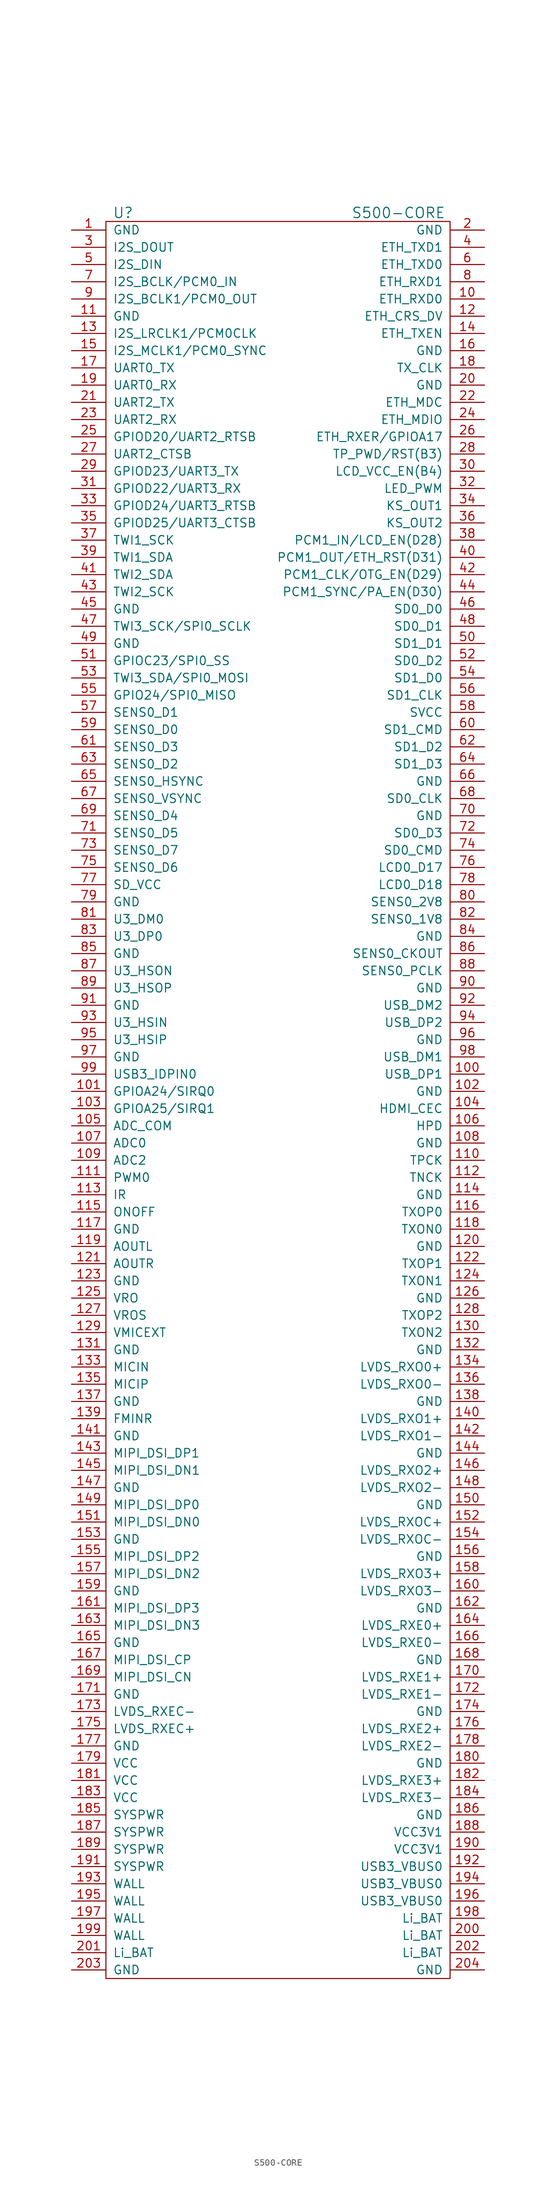
<source format=kicad_sym>
(kicad_symbol_lib
  (version 20220914)
  (generator kicad_symbol_editor)
  (symbol "S500-CORE"
    (pin_names
      (offset 1.016))
    (property "Reference" "U"
      (at -22.86 130.81 0)
      (effects (font (size 1.524 1.524))))
    (property "Value" "S500-CORE"
      (at 17.78 130.81 0)
      (effects (font (size 1.524 1.524))))
    (property "Footprint" ""
      (at -25.4 130.81 0)
      (effects (font (size 1.524 1.524))))
    (property "Datasheet" ""
      (at -25.4 130.81 0)
      (effects (font (size 1.524 1.524))))
    (symbol "S500-CORE_0_1"
      (rectangle (start -25.4 129.54) (end 25.4 -129.54) (stroke (width 0) (type default)) (fill (type none))))
    (symbol "S500-CORE_1_1"
      (pin passive line (at -30.48 128.27 0) (length 5.08) (name "GND" (effects (font (size 1.27 1.27)))) (number "1" (effects (font (size 1.27 1.27)))))
      (pin passive line (at 30.48 118.11 180) (length 5.08) (name "ETH_RXD0" (effects (font (size 1.27 1.27)))) (number "10" (effects (font (size 1.27 1.27)))))
      (pin passive line (at 30.48 3.81 180) (length 5.08) (name "USB_DP1" (effects (font (size 1.27 1.27)))) (number "100" (effects (font (size 1.27 1.27)))))
      (pin passive line (at -30.48 1.27 0) (length 5.08) (name "GPIOA24/SIRQ0" (effects (font (size 1.27 1.27)))) (number "101" (effects (font (size 1.27 1.27)))))
      (pin passive line (at 30.48 1.27 180) (length 5.08) (name "GND" (effects (font (size 1.27 1.27)))) (number "102" (effects (font (size 1.27 1.27)))))
      (pin passive line (at -30.48 -1.27 0) (length 5.08) (name "GPIOA25/SIRQ1" (effects (font (size 1.27 1.27)))) (number "103" (effects (font (size 1.27 1.27)))))
      (pin passive line (at 30.48 -1.27 180) (length 5.08) (name "HDMI_CEC" (effects (font (size 1.27 1.27)))) (number "104" (effects (font (size 1.27 1.27)))))
      (pin passive line (at -30.48 -3.81 0) (length 5.08) (name "ADC_COM" (effects (font (size 1.27 1.27)))) (number "105" (effects (font (size 1.27 1.27)))))
      (pin passive line (at 30.48 -3.81 180) (length 5.08) (name "HPD" (effects (font (size 1.27 1.27)))) (number "106" (effects (font (size 1.27 1.27)))))
      (pin passive line (at -30.48 -6.35 0) (length 5.08) (name "ADC0" (effects (font (size 1.27 1.27)))) (number "107" (effects (font (size 1.27 1.27)))))
      (pin passive line (at 30.48 -6.35 180) (length 5.08) (name "GND" (effects (font (size 1.27 1.27)))) (number "108" (effects (font (size 1.27 1.27)))))
      (pin passive line (at -30.48 -8.89 0) (length 5.08) (name "ADC2" (effects (font (size 1.27 1.27)))) (number "109" (effects (font (size 1.27 1.27)))))
      (pin passive line (at -30.48 115.57 0) (length 5.08) (name "GND" (effects (font (size 1.27 1.27)))) (number "11" (effects (font (size 1.27 1.27)))))
      (pin passive line (at 30.48 -8.89 180) (length 5.08) (name "TPCK" (effects (font (size 1.27 1.27)))) (number "110" (effects (font (size 1.27 1.27)))))
      (pin passive line (at -30.48 -11.43 0) (length 5.08) (name "PWM0" (effects (font (size 1.27 1.27)))) (number "111" (effects (font (size 1.27 1.27)))))
      (pin passive line (at 30.48 -11.43 180) (length 5.08) (name "TNCK" (effects (font (size 1.27 1.27)))) (number "112" (effects (font (size 1.27 1.27)))))
      (pin passive line (at -30.48 -13.97 0) (length 5.08) (name "IR" (effects (font (size 1.27 1.27)))) (number "113" (effects (font (size 1.27 1.27)))))
      (pin passive line (at 30.48 -13.97 180) (length 5.08) (name "GND" (effects (font (size 1.27 1.27)))) (number "114" (effects (font (size 1.27 1.27)))))
      (pin passive line (at -30.48 -16.51 0) (length 5.08) (name "ONOFF" (effects (font (size 1.27 1.27)))) (number "115" (effects (font (size 1.27 1.27)))))
      (pin passive line (at 30.48 -16.51 180) (length 5.08) (name "TXOP0" (effects (font (size 1.27 1.27)))) (number "116" (effects (font (size 1.27 1.27)))))
      (pin passive line (at -30.48 -19.05 0) (length 5.08) (name "GND" (effects (font (size 1.27 1.27)))) (number "117" (effects (font (size 1.27 1.27)))))
      (pin passive line (at 30.48 -19.05 180) (length 5.08) (name "TXON0" (effects (font (size 1.27 1.27)))) (number "118" (effects (font (size 1.27 1.27)))))
      (pin passive line (at -30.48 -21.59 0) (length 5.08) (name "AOUTL" (effects (font (size 1.27 1.27)))) (number "119" (effects (font (size 1.27 1.27)))))
      (pin passive line (at 30.48 115.57 180) (length 5.08) (name "ETH_CRS_DV" (effects (font (size 1.27 1.27)))) (number "12" (effects (font (size 1.27 1.27)))))
      (pin passive line (at 30.48 -21.59 180) (length 5.08) (name "GND" (effects (font (size 1.27 1.27)))) (number "120" (effects (font (size 1.27 1.27)))))
      (pin passive line (at -30.48 -24.13 0) (length 5.08) (name "AOUTR" (effects (font (size 1.27 1.27)))) (number "121" (effects (font (size 1.27 1.27)))))
      (pin passive line (at 30.48 -24.13 180) (length 5.08) (name "TXOP1" (effects (font (size 1.27 1.27)))) (number "122" (effects (font (size 1.27 1.27)))))
      (pin passive line (at -30.48 -26.67 0) (length 5.08) (name "GND" (effects (font (size 1.27 1.27)))) (number "123" (effects (font (size 1.27 1.27)))))
      (pin passive line (at 30.48 -26.67 180) (length 5.08) (name "TXON1" (effects (font (size 1.27 1.27)))) (number "124" (effects (font (size 1.27 1.27)))))
      (pin passive line (at -30.48 -29.21 0) (length 5.08) (name "VRO" (effects (font (size 1.27 1.27)))) (number "125" (effects (font (size 1.27 1.27)))))
      (pin passive line (at 30.48 -29.21 180) (length 5.08) (name "GND" (effects (font (size 1.27 1.27)))) (number "126" (effects (font (size 1.27 1.27)))))
      (pin passive line (at -30.48 -31.75 0) (length 5.08) (name "VROS" (effects (font (size 1.27 1.27)))) (number "127" (effects (font (size 1.27 1.27)))))
      (pin passive line (at 30.48 -31.75 180) (length 5.08) (name "TXOP2" (effects (font (size 1.27 1.27)))) (number "128" (effects (font (size 1.27 1.27)))))
      (pin passive line (at -30.48 -34.29 0) (length 5.08) (name "VMICEXT" (effects (font (size 1.27 1.27)))) (number "129" (effects (font (size 1.27 1.27)))))
      (pin passive line (at -30.48 113.03 0) (length 5.08) (name "I2S_LRCLK1/PCM0CLK" (effects (font (size 1.27 1.27)))) (number "13" (effects (font (size 1.27 1.27)))))
      (pin passive line (at 30.48 -34.29 180) (length 5.08) (name "TXON2" (effects (font (size 1.27 1.27)))) (number "130" (effects (font (size 1.27 1.27)))))
      (pin passive line (at -30.48 -36.83 0) (length 5.08) (name "GND" (effects (font (size 1.27 1.27)))) (number "131" (effects (font (size 1.27 1.27)))))
      (pin passive line (at 30.48 -36.83 180) (length 5.08) (name "GND" (effects (font (size 1.27 1.27)))) (number "132" (effects (font (size 1.27 1.27)))))
      (pin passive line (at -30.48 -39.37 0) (length 5.08) (name "MICIN" (effects (font (size 1.27 1.27)))) (number "133" (effects (font (size 1.27 1.27)))))
      (pin passive line (at 30.48 -39.37 180) (length 5.08) (name "LVDS_RXO0+" (effects (font (size 1.27 1.27)))) (number "134" (effects (font (size 1.27 1.27)))))
      (pin passive line (at -30.48 -41.91 0) (length 5.08) (name "MICIP" (effects (font (size 1.27 1.27)))) (number "135" (effects (font (size 1.27 1.27)))))
      (pin passive line (at 30.48 -41.91 180) (length 5.08) (name "LVDS_RXO0-" (effects (font (size 1.27 1.27)))) (number "136" (effects (font (size 1.27 1.27)))))
      (pin passive line (at -30.48 -44.45 0) (length 5.08) (name "GND" (effects (font (size 1.27 1.27)))) (number "137" (effects (font (size 1.27 1.27)))))
      (pin passive line (at 30.48 -44.45 180) (length 5.08) (name "GND" (effects (font (size 1.27 1.27)))) (number "138" (effects (font (size 1.27 1.27)))))
      (pin passive line (at -30.48 -46.99 0) (length 5.08) (name "FMINR" (effects (font (size 1.27 1.27)))) (number "139" (effects (font (size 1.27 1.27)))))
      (pin passive line (at 30.48 113.03 180) (length 5.08) (name "ETH_TXEN" (effects (font (size 1.27 1.27)))) (number "14" (effects (font (size 1.27 1.27)))))
      (pin passive line (at 30.48 -46.99 180) (length 5.08) (name "LVDS_RXO1+" (effects (font (size 1.27 1.27)))) (number "140" (effects (font (size 1.27 1.27)))))
      (pin passive line (at -30.48 -49.53 0) (length 5.08) (name "GND" (effects (font (size 1.27 1.27)))) (number "141" (effects (font (size 1.27 1.27)))))
      (pin passive line (at 30.48 -49.53 180) (length 5.08) (name "LVDS_RXO1-" (effects (font (size 1.27 1.27)))) (number "142" (effects (font (size 1.27 1.27)))))
      (pin passive line (at -30.48 -52.07 0) (length 5.08) (name "MIPI_DSI_DP1" (effects (font (size 1.27 1.27)))) (number "143" (effects (font (size 1.27 1.27)))))
      (pin passive line (at 30.48 -52.07 180) (length 5.08) (name "GND" (effects (font (size 1.27 1.27)))) (number "144" (effects (font (size 1.27 1.27)))))
      (pin passive line (at -30.48 -54.61 0) (length 5.08) (name "MIPI_DSI_DN1" (effects (font (size 1.27 1.27)))) (number "145" (effects (font (size 1.27 1.27)))))
      (pin passive line (at 30.48 -54.61 180) (length 5.08) (name "LVDS_RXO2+" (effects (font (size 1.27 1.27)))) (number "146" (effects (font (size 1.27 1.27)))))
      (pin passive line (at -30.48 -57.15 0) (length 5.08) (name "GND" (effects (font (size 1.27 1.27)))) (number "147" (effects (font (size 1.27 1.27)))))
      (pin passive line (at 30.48 -57.15 180) (length 5.08) (name "LVDS_RXO2-" (effects (font (size 1.27 1.27)))) (number "148" (effects (font (size 1.27 1.27)))))
      (pin passive line (at -30.48 -59.69 0) (length 5.08) (name "MIPI_DSI_DP0" (effects (font (size 1.27 1.27)))) (number "149" (effects (font (size 1.27 1.27)))))
      (pin passive line (at -30.48 110.49 0) (length 5.08) (name "I2S_MCLK1/PCM0_SYNC" (effects (font (size 1.27 1.27)))) (number "15" (effects (font (size 1.27 1.27)))))
      (pin passive line (at 30.48 -59.69 180) (length 5.08) (name "GND" (effects (font (size 1.27 1.27)))) (number "150" (effects (font (size 1.27 1.27)))))
      (pin passive line (at -30.48 -62.23 0) (length 5.08) (name "MIPI_DSI_DN0" (effects (font (size 1.27 1.27)))) (number "151" (effects (font (size 1.27 1.27)))))
      (pin passive line (at 30.48 -62.23 180) (length 5.08) (name "LVDS_RXOC+" (effects (font (size 1.27 1.27)))) (number "152" (effects (font (size 1.27 1.27)))))
      (pin passive line (at -30.48 -64.77 0) (length 5.08) (name "GND" (effects (font (size 1.27 1.27)))) (number "153" (effects (font (size 1.27 1.27)))))
      (pin passive line (at 30.48 -64.77 180) (length 5.08) (name "LVDS_RXOC-" (effects (font (size 1.27 1.27)))) (number "154" (effects (font (size 1.27 1.27)))))
      (pin passive line (at -30.48 -67.31 0) (length 5.08) (name "MIPI_DSI_DP2" (effects (font (size 1.27 1.27)))) (number "155" (effects (font (size 1.27 1.27)))))
      (pin passive line (at 30.48 -67.31 180) (length 5.08) (name "GND" (effects (font (size 1.27 1.27)))) (number "156" (effects (font (size 1.27 1.27)))))
      (pin passive line (at -30.48 -69.85 0) (length 5.08) (name "MIPI_DSI_DN2" (effects (font (size 1.27 1.27)))) (number "157" (effects (font (size 1.27 1.27)))))
      (pin passive line (at 30.48 -69.85 180) (length 5.08) (name "LVDS_RXO3+" (effects (font (size 1.27 1.27)))) (number "158" (effects (font (size 1.27 1.27)))))
      (pin passive line (at -30.48 -72.39 0) (length 5.08) (name "GND" (effects (font (size 1.27 1.27)))) (number "159" (effects (font (size 1.27 1.27)))))
      (pin passive line (at 30.48 110.49 180) (length 5.08) (name "GND" (effects (font (size 1.27 1.27)))) (number "16" (effects (font (size 1.27 1.27)))))
      (pin passive line (at 30.48 -72.39 180) (length 5.08) (name "LVDS_RXO3-" (effects (font (size 1.27 1.27)))) (number "160" (effects (font (size 1.27 1.27)))))
      (pin passive line (at -30.48 -74.93 0) (length 5.08) (name "MIPI_DSI_DP3" (effects (font (size 1.27 1.27)))) (number "161" (effects (font (size 1.27 1.27)))))
      (pin passive line (at 30.48 -74.93 180) (length 5.08) (name "GND" (effects (font (size 1.27 1.27)))) (number "162" (effects (font (size 1.27 1.27)))))
      (pin passive line (at -30.48 -77.47 0) (length 5.08) (name "MIPI_DSI_DN3" (effects (font (size 1.27 1.27)))) (number "163" (effects (font (size 1.27 1.27)))))
      (pin passive line (at 30.48 -77.47 180) (length 5.08) (name "LVDS_RXE0+" (effects (font (size 1.27 1.27)))) (number "164" (effects (font (size 1.27 1.27)))))
      (pin passive line (at -30.48 -80.01 0) (length 5.08) (name "GND" (effects (font (size 1.27 1.27)))) (number "165" (effects (font (size 1.27 1.27)))))
      (pin passive line (at 30.48 -80.01 180) (length 5.08) (name "LVDS_RXE0-" (effects (font (size 1.27 1.27)))) (number "166" (effects (font (size 1.27 1.27)))))
      (pin passive line (at -30.48 -82.55 0) (length 5.08) (name "MIPI_DSI_CP" (effects (font (size 1.27 1.27)))) (number "167" (effects (font (size 1.27 1.27)))))
      (pin passive line (at 30.48 -82.55 180) (length 5.08) (name "GND" (effects (font (size 1.27 1.27)))) (number "168" (effects (font (size 1.27 1.27)))))
      (pin passive line (at -30.48 -85.09 0) (length 5.08) (name "MIPI_DSI_CN" (effects (font (size 1.27 1.27)))) (number "169" (effects (font (size 1.27 1.27)))))
      (pin passive line (at -30.48 107.95 0) (length 5.08) (name "UART0_TX" (effects (font (size 1.27 1.27)))) (number "17" (effects (font (size 1.27 1.27)))))
      (pin passive line (at 30.48 -85.09 180) (length 5.08) (name "LVDS_RXE1+" (effects (font (size 1.27 1.27)))) (number "170" (effects (font (size 1.27 1.27)))))
      (pin passive line (at -30.48 -87.63 0) (length 5.08) (name "GND" (effects (font (size 1.27 1.27)))) (number "171" (effects (font (size 1.27 1.27)))))
      (pin passive line (at 30.48 -87.63 180) (length 5.08) (name "LVDS_RXE1-" (effects (font (size 1.27 1.27)))) (number "172" (effects (font (size 1.27 1.27)))))
      (pin passive line (at -30.48 -90.17 0) (length 5.08) (name "LVDS_RXEC-" (effects (font (size 1.27 1.27)))) (number "173" (effects (font (size 1.27 1.27)))))
      (pin passive line (at 30.48 -90.17 180) (length 5.08) (name "GND" (effects (font (size 1.27 1.27)))) (number "174" (effects (font (size 1.27 1.27)))))
      (pin passive line (at -30.48 -92.71 0) (length 5.08) (name "LVDS_RXEC+" (effects (font (size 1.27 1.27)))) (number "175" (effects (font (size 1.27 1.27)))))
      (pin passive line (at 30.48 -92.71 180) (length 5.08) (name "LVDS_RXE2+" (effects (font (size 1.27 1.27)))) (number "176" (effects (font (size 1.27 1.27)))))
      (pin passive line (at -30.48 -95.25 0) (length 5.08) (name "GND" (effects (font (size 1.27 1.27)))) (number "177" (effects (font (size 1.27 1.27)))))
      (pin passive line (at 30.48 -95.25 180) (length 5.08) (name "LVDS_RXE2-" (effects (font (size 1.27 1.27)))) (number "178" (effects (font (size 1.27 1.27)))))
      (pin passive line (at -30.48 -97.79 0) (length 5.08) (name "VCC" (effects (font (size 1.27 1.27)))) (number "179" (effects (font (size 1.27 1.27)))))
      (pin passive line (at 30.48 107.95 180) (length 5.08) (name "TX_CLK" (effects (font (size 1.27 1.27)))) (number "18" (effects (font (size 1.27 1.27)))))
      (pin passive line (at 30.48 -97.79 180) (length 5.08) (name "GND" (effects (font (size 1.27 1.27)))) (number "180" (effects (font (size 1.27 1.27)))))
      (pin passive line (at -30.48 -100.33 0) (length 5.08) (name "VCC" (effects (font (size 1.27 1.27)))) (number "181" (effects (font (size 1.27 1.27)))))
      (pin passive line (at 30.48 -100.33 180) (length 5.08) (name "LVDS_RXE3+" (effects (font (size 1.27 1.27)))) (number "182" (effects (font (size 1.27 1.27)))))
      (pin passive line (at -30.48 -102.87 0) (length 5.08) (name "VCC" (effects (font (size 1.27 1.27)))) (number "183" (effects (font (size 1.27 1.27)))))
      (pin passive line (at 30.48 -102.87 180) (length 5.08) (name "LVDS_RXE3-" (effects (font (size 1.27 1.27)))) (number "184" (effects (font (size 1.27 1.27)))))
      (pin passive line (at -30.48 -105.41 0) (length 5.08) (name "SYSPWR" (effects (font (size 1.27 1.27)))) (number "185" (effects (font (size 1.27 1.27)))))
      (pin passive line (at 30.48 -105.41 180) (length 5.08) (name "GND" (effects (font (size 1.27 1.27)))) (number "186" (effects (font (size 1.27 1.27)))))
      (pin passive line (at -30.48 -107.95 0) (length 5.08) (name "SYSPWR" (effects (font (size 1.27 1.27)))) (number "187" (effects (font (size 1.27 1.27)))))
      (pin passive line (at 30.48 -107.95 180) (length 5.08) (name "VCC3V1" (effects (font (size 1.27 1.27)))) (number "188" (effects (font (size 1.27 1.27)))))
      (pin passive line (at -30.48 -110.49 0) (length 5.08) (name "SYSPWR" (effects (font (size 1.27 1.27)))) (number "189" (effects (font (size 1.27 1.27)))))
      (pin passive line (at -30.48 105.41 0) (length 5.08) (name "UART0_RX" (effects (font (size 1.27 1.27)))) (number "19" (effects (font (size 1.27 1.27)))))
      (pin passive line (at 30.48 -110.49 180) (length 5.08) (name "VCC3V1" (effects (font (size 1.27 1.27)))) (number "190" (effects (font (size 1.27 1.27)))))
      (pin passive line (at -30.48 -113.03 0) (length 5.08) (name "SYSPWR" (effects (font (size 1.27 1.27)))) (number "191" (effects (font (size 1.27 1.27)))))
      (pin passive line (at 30.48 -113.03 180) (length 5.08) (name "USB3_VBUS0" (effects (font (size 1.27 1.27)))) (number "192" (effects (font (size 1.27 1.27)))))
      (pin passive line (at -30.48 -115.57 0) (length 5.08) (name "WALL" (effects (font (size 1.27 1.27)))) (number "193" (effects (font (size 1.27 1.27)))))
      (pin passive line (at 30.48 -115.57 180) (length 5.08) (name "USB3_VBUS0" (effects (font (size 1.27 1.27)))) (number "194" (effects (font (size 1.27 1.27)))))
      (pin passive line (at -30.48 -118.11 0) (length 5.08) (name "WALL" (effects (font (size 1.27 1.27)))) (number "195" (effects (font (size 1.27 1.27)))))
      (pin passive line (at 30.48 -118.11 180) (length 5.08) (name "USB3_VBUS0" (effects (font (size 1.27 1.27)))) (number "196" (effects (font (size 1.27 1.27)))))
      (pin passive line (at -30.48 -120.65 0) (length 5.08) (name "WALL" (effects (font (size 1.27 1.27)))) (number "197" (effects (font (size 1.27 1.27)))))
      (pin passive line (at 30.48 -120.65 180) (length 5.08) (name "Li_BAT" (effects (font (size 1.27 1.27)))) (number "198" (effects (font (size 1.27 1.27)))))
      (pin passive line (at -30.48 -123.19 0) (length 5.08) (name "WALL" (effects (font (size 1.27 1.27)))) (number "199" (effects (font (size 1.27 1.27)))))
      (pin passive line (at 30.48 128.27 180) (length 5.08) (name "GND" (effects (font (size 1.27 1.27)))) (number "2" (effects (font (size 1.27 1.27)))))
      (pin passive line (at 30.48 105.41 180) (length 5.08) (name "GND" (effects (font (size 1.27 1.27)))) (number "20" (effects (font (size 1.27 1.27)))))
      (pin passive line (at 30.48 -123.19 180) (length 5.08) (name "Li_BAT" (effects (font (size 1.27 1.27)))) (number "200" (effects (font (size 1.27 1.27)))))
      (pin passive line (at -30.48 -125.73 0) (length 5.08) (name "Li_BAT" (effects (font (size 1.27 1.27)))) (number "201" (effects (font (size 1.27 1.27)))))
      (pin passive line (at 30.48 -125.73 180) (length 5.08) (name "Li_BAT" (effects (font (size 1.27 1.27)))) (number "202" (effects (font (size 1.27 1.27)))))
      (pin passive line (at -30.48 -128.27 0) (length 5.08) (name "GND" (effects (font (size 1.27 1.27)))) (number "203" (effects (font (size 1.27 1.27)))))
      (pin passive line (at 30.48 -128.27 180) (length 5.08) (name "GND" (effects (font (size 1.27 1.27)))) (number "204" (effects (font (size 1.27 1.27)))))
      (pin passive line (at -30.48 102.87 0) (length 5.08) (name "UART2_TX" (effects (font (size 1.27 1.27)))) (number "21" (effects (font (size 1.27 1.27)))))
      (pin passive line (at 30.48 102.87 180) (length 5.08) (name "ETH_MDC" (effects (font (size 1.27 1.27)))) (number "22" (effects (font (size 1.27 1.27)))))
      (pin passive line (at -30.48 100.33 0) (length 5.08) (name "UART2_RX" (effects (font (size 1.27 1.27)))) (number "23" (effects (font (size 1.27 1.27)))))
      (pin passive line (at 30.48 100.33 180) (length 5.08) (name "ETH_MDIO" (effects (font (size 1.27 1.27)))) (number "24" (effects (font (size 1.27 1.27)))))
      (pin passive line (at -30.48 97.79 0) (length 5.08) (name "GPIOD20/UART2_RTSB" (effects (font (size 1.27 1.27)))) (number "25" (effects (font (size 1.27 1.27)))))
      (pin passive line (at 30.48 97.79 180) (length 5.08) (name "ETH_RXER/GPIOA17" (effects (font (size 1.27 1.27)))) (number "26" (effects (font (size 1.27 1.27)))))
      (pin passive line (at -30.48 95.25 0) (length 5.08) (name "UART2_CTSB" (effects (font (size 1.27 1.27)))) (number "27" (effects (font (size 1.27 1.27)))))
      (pin passive line (at 30.48 95.25 180) (length 5.08) (name "TP_PWD/RST(B3)" (effects (font (size 1.27 1.27)))) (number "28" (effects (font (size 1.27 1.27)))))
      (pin passive line (at -30.48 92.71 0) (length 5.08) (name "GPIOD23/UART3_TX" (effects (font (size 1.27 1.27)))) (number "29" (effects (font (size 1.27 1.27)))))
      (pin passive line (at -30.48 125.73 0) (length 5.08) (name "I2S_DOUT" (effects (font (size 1.27 1.27)))) (number "3" (effects (font (size 1.27 1.27)))))
      (pin passive line (at 30.48 92.71 180) (length 5.08) (name "LCD_VCC_EN(B4)" (effects (font (size 1.27 1.27)))) (number "30" (effects (font (size 1.27 1.27)))))
      (pin passive line (at -30.48 90.17 0) (length 5.08) (name "GPIOD22/UART3_RX" (effects (font (size 1.27 1.27)))) (number "31" (effects (font (size 1.27 1.27)))))
      (pin passive line (at 30.48 90.17 180) (length 5.08) (name "LED_PWM" (effects (font (size 1.27 1.27)))) (number "32" (effects (font (size 1.27 1.27)))))
      (pin passive line (at -30.48 87.63 0) (length 5.08) (name "GPIOD24/UART3_RTSB" (effects (font (size 1.27 1.27)))) (number "33" (effects (font (size 1.27 1.27)))))
      (pin passive line (at 30.48 87.63 180) (length 5.08) (name "KS_OUT1" (effects (font (size 1.27 1.27)))) (number "34" (effects (font (size 1.27 1.27)))))
      (pin passive line (at -30.48 85.09 0) (length 5.08) (name "GPIOD25/UART3_CTSB" (effects (font (size 1.27 1.27)))) (number "35" (effects (font (size 1.27 1.27)))))
      (pin passive line (at 30.48 85.09 180) (length 5.08) (name "KS_OUT2" (effects (font (size 1.27 1.27)))) (number "36" (effects (font (size 1.27 1.27)))))
      (pin passive line (at -30.48 82.55 0) (length 5.08) (name "TWI1_SCK" (effects (font (size 1.27 1.27)))) (number "37" (effects (font (size 1.27 1.27)))))
      (pin passive line (at 30.48 82.55 180) (length 5.08) (name "PCM1_IN/LCD_EN(D28)" (effects (font (size 1.27 1.27)))) (number "38" (effects (font (size 1.27 1.27)))))
      (pin passive line (at -30.48 80.01 0) (length 5.08) (name "TWI1_SDA" (effects (font (size 1.27 1.27)))) (number "39" (effects (font (size 1.27 1.27)))))
      (pin passive line (at 30.48 125.73 180) (length 5.08) (name "ETH_TXD1" (effects (font (size 1.27 1.27)))) (number "4" (effects (font (size 1.27 1.27)))))
      (pin passive line (at 30.48 80.01 180) (length 5.08) (name "PCM1_OUT/ETH_RST(D31)" (effects (font (size 1.27 1.27)))) (number "40" (effects (font (size 1.27 1.27)))))
      (pin passive line (at -30.48 77.47 0) (length 5.08) (name "TWI2_SDA" (effects (font (size 1.27 1.27)))) (number "41" (effects (font (size 1.27 1.27)))))
      (pin passive line (at 30.48 77.47 180) (length 5.08) (name "PCM1_CLK/OTG_EN(D29)" (effects (font (size 1.27 1.27)))) (number "42" (effects (font (size 1.27 1.27)))))
      (pin passive line (at -30.48 74.93 0) (length 5.08) (name "TWI2_SCK" (effects (font (size 1.27 1.27)))) (number "43" (effects (font (size 1.27 1.27)))))
      (pin passive line (at 30.48 74.93 180) (length 5.08) (name "PCM1_SYNC/PA_EN(D30)" (effects (font (size 1.27 1.27)))) (number "44" (effects (font (size 1.27 1.27)))))
      (pin passive line (at -30.48 72.39 0) (length 5.08) (name "GND" (effects (font (size 1.27 1.27)))) (number "45" (effects (font (size 1.27 1.27)))))
      (pin passive line (at 30.48 72.39 180) (length 5.08) (name "SD0_D0" (effects (font (size 1.27 1.27)))) (number "46" (effects (font (size 1.27 1.27)))))
      (pin passive line (at -30.48 69.85 0) (length 5.08) (name "TWI3_SCK/SPI0_SCLK" (effects (font (size 1.27 1.27)))) (number "47" (effects (font (size 1.27 1.27)))))
      (pin passive line (at 30.48 69.85 180) (length 5.08) (name "SD0_D1" (effects (font (size 1.27 1.27)))) (number "48" (effects (font (size 1.27 1.27)))))
      (pin passive line (at -30.48 67.31 0) (length 5.08) (name "GND" (effects (font (size 1.27 1.27)))) (number "49" (effects (font (size 1.27 1.27)))))
      (pin passive line (at -30.48 123.19 0) (length 5.08) (name "I2S_DIN" (effects (font (size 1.27 1.27)))) (number "5" (effects (font (size 1.27 1.27)))))
      (pin passive line (at 30.48 67.31 180) (length 5.08) (name "SD1_D1" (effects (font (size 1.27 1.27)))) (number "50" (effects (font (size 1.27 1.27)))))
      (pin passive line (at -30.48 64.77 0) (length 5.08) (name "GPIOC23/SPI0_SS" (effects (font (size 1.27 1.27)))) (number "51" (effects (font (size 1.27 1.27)))))
      (pin passive line (at 30.48 64.77 180) (length 5.08) (name "SD0_D2" (effects (font (size 1.27 1.27)))) (number "52" (effects (font (size 1.27 1.27)))))
      (pin passive line (at -30.48 62.23 0) (length 5.08) (name "TWI3_SDA/SPI0_MOSI" (effects (font (size 1.27 1.27)))) (number "53" (effects (font (size 1.27 1.27)))))
      (pin passive line (at 30.48 62.23 180) (length 5.08) (name "SD1_D0" (effects (font (size 1.27 1.27)))) (number "54" (effects (font (size 1.27 1.27)))))
      (pin passive line (at -30.48 59.69 0) (length 5.08) (name "GPIO24/SPI0_MISO" (effects (font (size 1.27 1.27)))) (number "55" (effects (font (size 1.27 1.27)))))
      (pin passive line (at 30.48 59.69 180) (length 5.08) (name "SD1_CLK" (effects (font (size 1.27 1.27)))) (number "56" (effects (font (size 1.27 1.27)))))
      (pin passive line (at -30.48 57.15 0) (length 5.08) (name "SENS0_D1" (effects (font (size 1.27 1.27)))) (number "57" (effects (font (size 1.27 1.27)))))
      (pin passive line (at 30.48 57.15 180) (length 5.08) (name "SVCC" (effects (font (size 1.27 1.27)))) (number "58" (effects (font (size 1.27 1.27)))))
      (pin passive line (at -30.48 54.61 0) (length 5.08) (name "SENS0_D0" (effects (font (size 1.27 1.27)))) (number "59" (effects (font (size 1.27 1.27)))))
      (pin passive line (at 30.48 123.19 180) (length 5.08) (name "ETH_TXD0" (effects (font (size 1.27 1.27)))) (number "6" (effects (font (size 1.27 1.27)))))
      (pin passive line (at 30.48 54.61 180) (length 5.08) (name "SD1_CMD" (effects (font (size 1.27 1.27)))) (number "60" (effects (font (size 1.27 1.27)))))
      (pin passive line (at -30.48 52.07 0) (length 5.08) (name "SENS0_D3" (effects (font (size 1.27 1.27)))) (number "61" (effects (font (size 1.27 1.27)))))
      (pin passive line (at 30.48 52.07 180) (length 5.08) (name "SD1_D2" (effects (font (size 1.27 1.27)))) (number "62" (effects (font (size 1.27 1.27)))))
      (pin passive line (at -30.48 49.53 0) (length 5.08) (name "SENS0_D2" (effects (font (size 1.27 1.27)))) (number "63" (effects (font (size 1.27 1.27)))))
      (pin passive line (at 30.48 49.53 180) (length 5.08) (name "SD1_D3" (effects (font (size 1.27 1.27)))) (number "64" (effects (font (size 1.27 1.27)))))
      (pin passive line (at -30.48 46.99 0) (length 5.08) (name "SENS0_HSYNC" (effects (font (size 1.27 1.27)))) (number "65" (effects (font (size 1.27 1.27)))))
      (pin passive line (at 30.48 46.99 180) (length 5.08) (name "GND" (effects (font (size 1.27 1.27)))) (number "66" (effects (font (size 1.27 1.27)))))
      (pin passive line (at -30.48 44.45 0) (length 5.08) (name "SENS0_VSYNC" (effects (font (size 1.27 1.27)))) (number "67" (effects (font (size 1.27 1.27)))))
      (pin passive line (at 30.48 44.45 180) (length 5.08) (name "SD0_CLK" (effects (font (size 1.27 1.27)))) (number "68" (effects (font (size 1.27 1.27)))))
      (pin passive line (at -30.48 41.91 0) (length 5.08) (name "SENS0_D4" (effects (font (size 1.27 1.27)))) (number "69" (effects (font (size 1.27 1.27)))))
      (pin passive line (at -30.48 120.65 0) (length 5.08) (name "I2S_BCLK/PCM0_IN" (effects (font (size 1.27 1.27)))) (number "7" (effects (font (size 1.27 1.27)))))
      (pin passive line (at 30.48 41.91 180) (length 5.08) (name "GND" (effects (font (size 1.27 1.27)))) (number "70" (effects (font (size 1.27 1.27)))))
      (pin passive line (at -30.48 39.37 0) (length 5.08) (name "SENS0_D5" (effects (font (size 1.27 1.27)))) (number "71" (effects (font (size 1.27 1.27)))))
      (pin passive line (at 30.48 39.37 180) (length 5.08) (name "SD0_D3" (effects (font (size 1.27 1.27)))) (number "72" (effects (font (size 1.27 1.27)))))
      (pin passive line (at -30.48 36.83 0) (length 5.08) (name "SENS0_D7" (effects (font (size 1.27 1.27)))) (number "73" (effects (font (size 1.27 1.27)))))
      (pin passive line (at 30.48 36.83 180) (length 5.08) (name "SD0_CMD" (effects (font (size 1.27 1.27)))) (number "74" (effects (font (size 1.27 1.27)))))
      (pin passive line (at -30.48 34.29 0) (length 5.08) (name "SENS0_D6" (effects (font (size 1.27 1.27)))) (number "75" (effects (font (size 1.27 1.27)))))
      (pin passive line (at 30.48 34.29 180) (length 5.08) (name "LCD0_D17" (effects (font (size 1.27 1.27)))) (number "76" (effects (font (size 1.27 1.27)))))
      (pin passive line (at -30.48 31.75 0) (length 5.08) (name "SD_VCC" (effects (font (size 1.27 1.27)))) (number "77" (effects (font (size 1.27 1.27)))))
      (pin passive line (at 30.48 31.75 180) (length 5.08) (name "LCD0_D18" (effects (font (size 1.27 1.27)))) (number "78" (effects (font (size 1.27 1.27)))))
      (pin passive line (at -30.48 29.21 0) (length 5.08) (name "GND" (effects (font (size 1.27 1.27)))) (number "79" (effects (font (size 1.27 1.27)))))
      (pin passive line (at 30.48 120.65 180) (length 5.08) (name "ETH_RXD1" (effects (font (size 1.27 1.27)))) (number "8" (effects (font (size 1.27 1.27)))))
      (pin passive line (at 30.48 29.21 180) (length 5.08) (name "SENS0_2V8" (effects (font (size 1.27 1.27)))) (number "80" (effects (font (size 1.27 1.27)))))
      (pin passive line (at -30.48 26.67 0) (length 5.08) (name "U3_DM0" (effects (font (size 1.27 1.27)))) (number "81" (effects (font (size 1.27 1.27)))))
      (pin passive line (at 30.48 26.67 180) (length 5.08) (name "SENS0_1V8" (effects (font (size 1.27 1.27)))) (number "82" (effects (font (size 1.27 1.27)))))
      (pin passive line (at -30.48 24.13 0) (length 5.08) (name "U3_DP0" (effects (font (size 1.27 1.27)))) (number "83" (effects (font (size 1.27 1.27)))))
      (pin passive line (at 30.48 24.13 180) (length 5.08) (name "GND" (effects (font (size 1.27 1.27)))) (number "84" (effects (font (size 1.27 1.27)))))
      (pin passive line (at -30.48 21.59 0) (length 5.08) (name "GND" (effects (font (size 1.27 1.27)))) (number "85" (effects (font (size 1.27 1.27)))))
      (pin passive line (at 30.48 21.59 180) (length 5.08) (name "SENS0_CKOUT" (effects (font (size 1.27 1.27)))) (number "86" (effects (font (size 1.27 1.27)))))
      (pin passive line (at -30.48 19.05 0) (length 5.08) (name "U3_HSON" (effects (font (size 1.27 1.27)))) (number "87" (effects (font (size 1.27 1.27)))))
      (pin passive line (at 30.48 19.05 180) (length 5.08) (name "SENS0_PCLK" (effects (font (size 1.27 1.27)))) (number "88" (effects (font (size 1.27 1.27)))))
      (pin passive line (at -30.48 16.51 0) (length 5.08) (name "U3_HSOP" (effects (font (size 1.27 1.27)))) (number "89" (effects (font (size 1.27 1.27)))))
      (pin passive line (at -30.48 118.11 0) (length 5.08) (name "I2S_BCLK1/PCM0_OUT" (effects (font (size 1.27 1.27)))) (number "9" (effects (font (size 1.27 1.27)))))
      (pin passive line (at 30.48 16.51 180) (length 5.08) (name "GND" (effects (font (size 1.27 1.27)))) (number "90" (effects (font (size 1.27 1.27)))))
      (pin passive line (at -30.48 13.97 0) (length 5.08) (name "GND" (effects (font (size 1.27 1.27)))) (number "91" (effects (font (size 1.27 1.27)))))
      (pin passive line (at 30.48 13.97 180) (length 5.08) (name "USB_DM2" (effects (font (size 1.27 1.27)))) (number "92" (effects (font (size 1.27 1.27)))))
      (pin passive line (at -30.48 11.43 0) (length 5.08) (name "U3_HSIN" (effects (font (size 1.27 1.27)))) (number "93" (effects (font (size 1.27 1.27)))))
      (pin passive line (at 30.48 11.43 180) (length 5.08) (name "USB_DP2" (effects (font (size 1.27 1.27)))) (number "94" (effects (font (size 1.27 1.27)))))
      (pin passive line (at -30.48 8.89 0) (length 5.08) (name "U3_HSIP" (effects (font (size 1.27 1.27)))) (number "95" (effects (font (size 1.27 1.27)))))
      (pin passive line (at 30.48 8.89 180) (length 5.08) (name "GND" (effects (font (size 1.27 1.27)))) (number "96" (effects (font (size 1.27 1.27)))))
      (pin passive line (at -30.48 6.35 0) (length 5.08) (name "GND" (effects (font (size 1.27 1.27)))) (number "97" (effects (font (size 1.27 1.27)))))
      (pin passive line (at 30.48 6.35 180) (length 5.08) (name "USB_DM1" (effects (font (size 1.27 1.27)))) (number "98" (effects (font (size 1.27 1.27)))))
      (pin passive line (at -30.48 3.81 0) (length 5.08) (name "USB3_IDPIN0" (effects (font (size 1.27 1.27)))) (number "99" (effects (font (size 1.27 1.27))))))))
</source>
